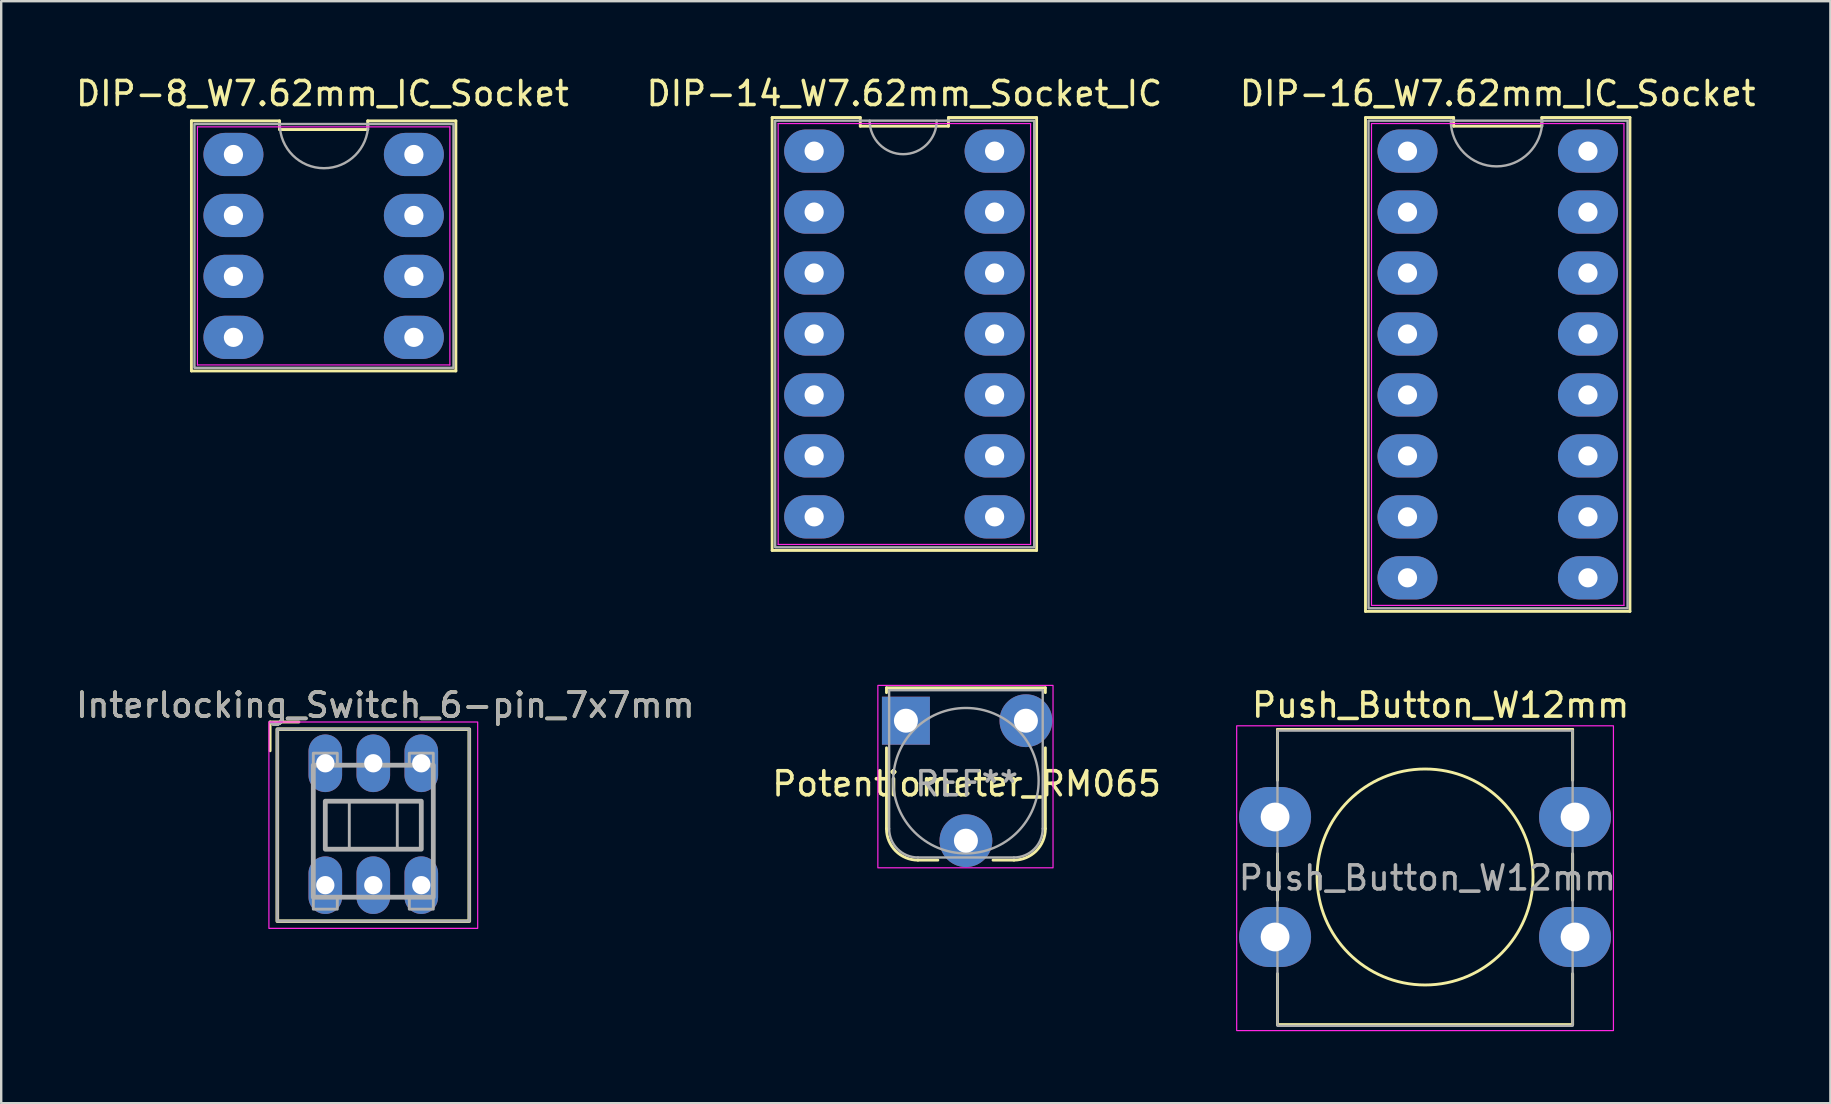
<source format=kicad_pcb>
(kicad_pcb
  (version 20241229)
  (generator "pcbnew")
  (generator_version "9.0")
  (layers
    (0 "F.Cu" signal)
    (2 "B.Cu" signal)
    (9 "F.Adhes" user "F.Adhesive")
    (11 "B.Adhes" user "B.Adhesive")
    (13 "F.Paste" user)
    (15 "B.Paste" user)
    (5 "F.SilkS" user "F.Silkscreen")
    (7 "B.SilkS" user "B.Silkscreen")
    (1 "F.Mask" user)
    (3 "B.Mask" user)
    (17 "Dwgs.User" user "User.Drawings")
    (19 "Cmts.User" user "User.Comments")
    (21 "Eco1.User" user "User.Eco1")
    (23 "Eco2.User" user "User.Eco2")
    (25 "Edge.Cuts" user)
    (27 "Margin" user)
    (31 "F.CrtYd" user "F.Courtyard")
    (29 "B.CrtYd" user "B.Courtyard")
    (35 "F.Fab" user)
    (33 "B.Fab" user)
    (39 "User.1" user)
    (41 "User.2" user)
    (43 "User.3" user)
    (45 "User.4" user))
  (footprint "Potentiometer_RM065"
    (layer "F.Cu")
    (at 37.232 29.013)
    (property "Reference" "Potentiometer_RM065" (at 0 0.6 0) (unlocked yes) (layer "F.SilkS") (effects (font (size 1 1) (thickness 0.15))))
    (attr through_hole)
    (fp_line (start -3.34 -3.4) (end -3.34 -3.2) (stroke (width 0.12) (type solid)) (layer "F.SilkS"))
    (fp_line (start -3.34 -3.4) (end 3.28 -3.4) (stroke (width 0.12) (type solid)) (layer "F.SilkS"))
    (fp_line (start -3.34 2.47) (end -3.34 -0.9) (stroke (width 0.12) (type solid)) (layer "F.SilkS"))
    (fp_line (start -1.2 3.78) (end -2.03 3.78) (stroke (width 0.12) (type solid)) (layer "F.SilkS"))
    (fp_line (start 1.97 3.78) (end 1.1 3.78) (stroke (width 0.12) (type solid)) (layer "F.SilkS"))
    (fp_line (start 3.28 -3.4) (end 3.28 -3.2) (stroke (width 0.12) (type solid)) (layer "F.SilkS"))
    (fp_line (start 3.28 -0.9) (end 3.28 2.47) (stroke (width 0.12) (type solid)) (layer "F.SilkS"))
    (fp_arc (start -2.03 3.78) (mid -2.95631 3.39631) (end -3.34 2.47) (stroke (width 0.12) (type solid)) (layer "F.SilkS"))
    (fp_arc (start 3.28 2.47) (mid 2.89631 3.39631) (end 1.97 3.78) (stroke (width 0.12) (type solid)) (layer "F.SilkS"))
    (fp_rect (start -3.7 -3.5) (end 3.6 4.1) (stroke (width 0.05) (type solid)) (fill no) (layer "F.CrtYd"))
    (fp_line (start -3.23 2.47) (end -3.23 -3.3) (stroke (width 0.1) (type solid)) (layer "F.Fab"))
    (fp_line (start -2.03 3.67) (end 1.97 3.67) (stroke (width 0.1) (type solid)) (layer "F.Fab"))
    (fp_line (start 3.17 -3.3) (end -3.23 -3.3) (stroke (width 0.1) (type solid)) (layer "F.Fab"))
    (fp_line (start 3.17 2.47) (end 3.17 -3.3) (stroke (width 0.1) (type solid)) (layer "F.Fab"))
    (fp_arc (start -2.03 3.67) (mid -2.878528 3.318528) (end -3.23 2.47) (stroke (width 0.1) (type solid)) (layer "F.Fab"))
    (fp_arc (start 3.17 2.47) (mid 2.818528 3.318528) (end 1.97 3.67) (stroke (width 0.1) (type solid)) (layer "F.Fab"))
    (fp_circle (center -0.03 0.47) (end 3 0.5) (stroke (width 0.1) (type solid)) (fill no) (layer "F.Fab"))
    (fp_text user "REF**" (at 0 0.6 0) (unlocked yes) (layer "F.Fab") (effects (font (size 1 1) (thickness 0.15))))
    (pad "1" thru_hole rect (at -2.53 -2.03) (size 2 2) (drill 1) (layers "*.Cu" "*.Mask"))
    (pad "2" thru_hole circle (at -0.03 2.97) (size 2.2 2.2) (drill 1) (layers "*.Cu" "*.Mask"))
    (pad "3" thru_hole circle (at 2.47 -2.03) (size 2.2 2.2) (drill 1) (layers "*.Cu" "*.Mask")))
  (footprint "DIP-16_W7.62mm_IC_Socket"
    (layer "F.Cu")
    (at 59.313 3.248)
    (property "Reference" "DIP-16_W7.62mm_IC_Socket" (at 0.05 -2.4 0) (layer "F.SilkS") (effects (font (size 1 1) (thickness 0.15))))
    (fp_line (start -5.46 19.18) (end 5.56 19.18) (stroke (width 0.12) (type solid)) (layer "F.SilkS"))
    (fp_line (start -5.46 -1.4) (end -5.46 19.18) (stroke (width 0.12) (type solid)) (layer "F.SilkS"))
    (fp_line (start -1.787 -1.4) (end -5.46 -1.4) (stroke (width 0.12) (type solid)) (layer "F.SilkS"))
    (fp_line (start -1.787 -1.04) (end -1.787 -1.4) (stroke (width 0.12) (type solid)) (layer "F.SilkS"))
    (fp_line (start 1.887 -1.4) (end 1.887 -1.04) (stroke (width 0.12) (type solid)) (layer "F.SilkS"))
    (fp_line (start 1.887 -1.04) (end -1.787 -1.04) (stroke (width 0.12) (type solid)) (layer "F.SilkS"))
    (fp_line (start 5.56 19.18) (end 5.56 -1.4) (stroke (width 0.12) (type solid)) (layer "F.SilkS"))
    (fp_line (start 5.56 -1.4) (end 1.887 -1.4) (stroke (width 0.12) (type solid)) (layer "F.SilkS"))
    (fp_line (start -5.21 -1.15) (end 5.31 -1.15) (stroke (width 0.05) (type solid)) (layer "F.CrtYd"))
    (fp_line (start -5.21 18.93) (end -5.21 -1.15) (stroke (width 0.05) (type solid)) (layer "F.CrtYd"))
    (fp_line (start 5.31 -1.15) (end 5.31 18.93) (stroke (width 0.05) (type solid)) (layer "F.CrtYd"))
    (fp_line (start 5.31 18.93) (end -5.21 18.93) (stroke (width 0.05) (type solid)) (layer "F.CrtYd"))
    (fp_rect (start -5.334 -1.27) (end 5.461 19.05) (stroke (width 0.1) (type solid)) (fill no) (layer "F.Fab"))
    (fp_arc (start 1.905 -1.27) (mid 0 0.635) (end -1.905 -1.27) (stroke (width 0.1) (type solid)) (layer "F.Fab"))
    (pad "1" thru_hole oval (at -3.71 0 270) (size 1.8 2.5) (drill 0.8) (layers "*.Cu" "*.Mask"))
    (pad "2" thru_hole oval (at -3.71 2.54 270) (size 1.8 2.5) (drill 0.8) (layers "*.Cu" "*.Mask"))
    (pad "3" thru_hole oval (at -3.71 5.08 270) (size 1.8 2.5) (drill 0.8) (layers "*.Cu" "*.Mask"))
    (pad "4" thru_hole oval (at -3.71 7.62 270) (size 1.8 2.5) (drill 0.8) (layers "*.Cu" "*.Mask"))
    (pad "5" thru_hole oval (at -3.71 10.16 270) (size 1.8 2.5) (drill 0.8) (layers "*.Cu" "*.Mask"))
    (pad "6" thru_hole oval (at -3.71 12.7 270) (size 1.8 2.5) (drill 0.8) (layers "*.Cu" "*.Mask"))
    (pad "7" thru_hole oval (at -3.71 15.24 270) (size 1.8 2.5) (drill 0.8) (layers "*.Cu" "*.Mask"))
    (pad "8" thru_hole oval (at -3.71 17.78 270) (size 1.8 2.5) (drill 0.8) (layers "*.Cu" "*.Mask"))
    (pad "9" thru_hole oval (at 3.81 17.78 270) (size 1.8 2.5) (drill 0.8) (layers "*.Cu" "*.Mask"))
    (pad "10" thru_hole oval (at 3.81 15.24 270) (size 1.8 2.5) (drill 0.8) (layers "*.Cu" "*.Mask"))
    (pad "11" thru_hole oval (at 3.81 12.7 270) (size 1.8 2.5) (drill 0.8) (layers "*.Cu" "*.Mask"))
    (pad "12" thru_hole oval (at 3.81 10.16 270) (size 1.8 2.5) (drill 0.8) (layers "*.Cu" "*.Mask"))
    (pad "13" thru_hole oval (at 3.81 7.62 270) (size 1.8 2.5) (drill 0.8) (layers "*.Cu" "*.Mask"))
    (pad "14" thru_hole oval (at 3.81 5.08 270) (size 1.8 2.5) (drill 0.8) (layers "*.Cu" "*.Mask"))
    (pad "15" thru_hole oval (at 3.81 2.54 270) (size 1.8 2.5) (drill 0.8) (layers "*.Cu" "*.Mask"))
    (pad "16" thru_hole oval (at 3.81 0 270) (size 1.8 2.5) (drill 0.8) (layers "*.Cu" "*.Mask")))
  (footprint "Push_Button_W12mm"
    (layer "F.Cu")
    (at 56.335 33.496)
    (property "Reference" "Push_Button_W12mm" (at 0.65 -7.16 0) (layer "F.SilkS") (effects (font (size 1 1) (thickness 0.15))))
    (attr through_hole)
    (fp_line (start -6.15 -6.15) (end 6.15 -6.15) (stroke (width 0.12) (type solid)) (layer "F.SilkS"))
    (fp_line (start -6.15 -4.03) (end -6.15 -6.15) (stroke (width 0.12) (type solid)) (layer "F.SilkS"))
    (fp_line (start -6.15 0.97) (end -6.15 -0.97) (stroke (width 0.12) (type solid)) (layer "F.SilkS"))
    (fp_line (start -6.15 6.15) (end -6.15 4.03) (stroke (width 0.12) (type solid)) (layer "F.SilkS"))
    (fp_line (start 6.15 -6.15) (end 6.15 -4.03) (stroke (width 0.12) (type solid)) (layer "F.SilkS"))
    (fp_line (start 6.15 -0.97) (end 6.15 0.97) (stroke (width 0.12) (type solid)) (layer "F.SilkS"))
    (fp_line (start 6.15 4.03) (end 6.15 6.15) (stroke (width 0.12) (type solid)) (layer "F.SilkS"))
    (fp_line (start 6.15 6.15) (end -6.15 6.15) (stroke (width 0.12) (type solid)) (layer "F.SilkS"))
    (fp_circle (center 0 0) (end 4.5 0) (stroke (width 0.12) (type solid)) (fill no) (layer "F.SilkS"))
    (fp_rect (start -7.85 -6.3) (end 7.85 6.4) (stroke (width 0.05) (type solid)) (fill no) (layer "F.CrtYd"))
    (fp_rect (start -6.15 -6.1) (end 6.15 6.2) (stroke (width 0.1) (type solid)) (fill no) (layer "F.Fab"))
    (fp_text user "${REFERENCE}" (at 0.1 0.04 0) (layer "F.Fab") (effects (font (size 1 1) (thickness 0.15))))
    (pad "1" thru_hole oval (at -6.25 -2.5) (size 3 2.5) (drill 1.2) (layers "*.Cu" "*.Mask"))
    (pad "1" thru_hole oval (at 6.25 -2.5) (size 3 2.5) (drill 1.2) (layers "*.Cu" "*.Mask"))
    (pad "2" thru_hole oval (at -6.25 2.5) (size 3 2.5) (drill 1.2) (layers "*.Cu" "*.Mask"))
    (pad "2" thru_hole oval (at 6.25 2.5) (size 3 2.5) (drill 1.2) (layers "*.Cu" "*.Mask")))
  (footprint "DIP-14_W7.62mm_Socket_IC"
    (layer "F.Cu")
    (at 34.587 3.248)
    (property "Reference" "DIP-14_W7.62mm_Socket_IC" (at 0.05 -2.4 0) (layer "F.SilkS") (effects (font (size 1 1) (thickness 0.15))))
    (fp_line (start -5.46 16.64) (end 5.56 16.64) (stroke (width 0.12) (type solid)) (layer "F.SilkS"))
    (fp_line (start -5.46 -1.4) (end -5.46 16.64) (stroke (width 0.12) (type solid)) (layer "F.SilkS"))
    (fp_line (start -1.787 -1.4) (end -5.46 -1.4) (stroke (width 0.12) (type solid)) (layer "F.SilkS"))
    (fp_line (start -1.787 -1.04) (end -1.787 -1.4) (stroke (width 0.12) (type solid)) (layer "F.SilkS"))
    (fp_line (start 1.887 -1.4) (end 1.887 -1.04) (stroke (width 0.12) (type solid)) (layer "F.SilkS"))
    (fp_line (start 1.887 -1.04) (end -1.787 -1.04) (stroke (width 0.12) (type solid)) (layer "F.SilkS"))
    (fp_line (start 5.56 16.64) (end 5.56 -1.4) (stroke (width 0.12) (type solid)) (layer "F.SilkS"))
    (fp_line (start 5.56 -1.4) (end 1.887 -1.4) (stroke (width 0.12) (type solid)) (layer "F.SilkS"))
    (fp_line (start -5.21 -1.15) (end 5.31 -1.15) (stroke (width 0.05) (type solid)) (layer "F.CrtYd"))
    (fp_line (start -5.21 16.39) (end -5.21 -1.15) (stroke (width 0.05) (type solid)) (layer "F.CrtYd"))
    (fp_line (start 5.31 -1.15) (end 5.31 16.39) (stroke (width 0.05) (type solid)) (layer "F.CrtYd"))
    (fp_line (start 5.31 16.39) (end -5.21 16.39) (stroke (width 0.05) (type solid)) (layer "F.CrtYd"))
    (fp_rect (start -5.334 -1.27) (end 5.461 16.51) (stroke (width 0.1) (type solid)) (fill no) (layer "F.Fab"))
    (fp_arc (start 1.397 -1.27) (mid 0 0.127) (end -1.397 -1.27) (stroke (width 0.1) (type solid)) (layer "F.Fab"))
    (pad "1" thru_hole oval (at -3.71 0 270) (size 1.8 2.5) (drill 0.8) (layers "*.Cu" "*.Mask"))
    (pad "2" thru_hole oval (at -3.71 2.54 270) (size 1.8 2.5) (drill 0.8) (layers "*.Cu" "*.Mask"))
    (pad "3" thru_hole oval (at -3.71 5.08 270) (size 1.8 2.5) (drill 0.8) (layers "*.Cu" "*.Mask"))
    (pad "4" thru_hole oval (at -3.71 7.62 270) (size 1.8 2.5) (drill 0.8) (layers "*.Cu" "*.Mask"))
    (pad "5" thru_hole oval (at -3.71 10.16 270) (size 1.8 2.5) (drill 0.8) (layers "*.Cu" "*.Mask"))
    (pad "6" thru_hole oval (at -3.71 12.7 270) (size 1.8 2.5) (drill 0.8) (layers "*.Cu" "*.Mask"))
    (pad "7" thru_hole oval (at -3.71 15.24 270) (size 1.8 2.5) (drill 0.8) (layers "*.Cu" "*.Mask"))
    (pad "8" thru_hole oval (at 3.81 15.24 270) (size 1.8 2.5) (drill 0.8) (layers "*.Cu" "*.Mask"))
    (pad "9" thru_hole oval (at 3.81 12.7 270) (size 1.8 2.5) (drill 0.8) (layers "*.Cu" "*.Mask"))
    (pad "10" thru_hole oval (at 3.81 10.16 270) (size 1.8 2.5) (drill 0.8) (layers "*.Cu" "*.Mask"))
    (pad "11" thru_hole oval (at 3.81 7.62 270) (size 1.8 2.5) (drill 0.8) (layers "*.Cu" "*.Mask"))
    (pad "12" thru_hole oval (at 3.81 5.08 270) (size 1.8 2.5) (drill 0.8) (layers "*.Cu" "*.Mask"))
    (pad "13" thru_hole oval (at 3.81 2.54 270) (size 1.8 2.5) (drill 0.8) (layers "*.Cu" "*.Mask"))
    (pad "14" thru_hole oval (at 3.81 0 270) (size 1.8 2.5) (drill 0.8) (layers "*.Cu" "*.Mask")))
  (footprint "DIP-8_W7.62mm_IC_Socket"
    (layer "F.Cu")
    (at 10.387 3.388)
    (property "Reference" "DIP-8_W7.62mm_IC_Socket" (at 0 -2.54 180) (layer "F.SilkS") (effects (font (size 1 1) (thickness 0.15))))
    (fp_line (start -5.46 -1.4) (end -5.46 9.02) (stroke (width 0.12) (type solid)) (layer "F.SilkS"))
    (fp_line (start -5.46 9.02) (end 5.56 9.02) (stroke (width 0.12) (type solid)) (layer "F.SilkS"))
    (fp_line (start -1.787 -1.4) (end -5.46 -1.4) (stroke (width 0.12) (type solid)) (layer "F.SilkS"))
    (fp_line (start -1.787 -1.04) (end -1.787 -1.4) (stroke (width 0.12) (type solid)) (layer "F.SilkS"))
    (fp_line (start 1.887 -1.4) (end 1.887 -1.04) (stroke (width 0.12) (type solid)) (layer "F.SilkS"))
    (fp_line (start 1.887 -1.04) (end -1.787 -1.04) (stroke (width 0.12) (type solid)) (layer "F.SilkS"))
    (fp_line (start 5.56 -1.4) (end 1.887 -1.4) (stroke (width 0.12) (type solid)) (layer "F.SilkS"))
    (fp_line (start 5.56 9.02) (end 5.56 -1.4) (stroke (width 0.12) (type solid)) (layer "F.SilkS"))
    (fp_line (start -5.21 -1.15) (end 5.31 -1.15) (stroke (width 0.05) (type solid)) (layer "F.CrtYd"))
    (fp_line (start -5.21 8.77) (end -5.21 -1.15) (stroke (width 0.05) (type solid)) (layer "F.CrtYd"))
    (fp_line (start 5.31 -1.15) (end 5.31 8.77) (stroke (width 0.05) (type solid)) (layer "F.CrtYd"))
    (fp_line (start 5.31 8.77) (end -5.21 8.77) (stroke (width 0.05) (type solid)) (layer "F.CrtYd"))
    (fp_rect (start -5.334 -1.27) (end 5.461 8.89) (stroke (width 0.1) (type solid)) (fill no) (layer "F.Fab"))
    (fp_arc (start 1.905 -1.27) (mid 0.0635 0.5715) (end -1.778 -1.27) (stroke (width 0.1) (type solid)) (layer "F.Fab"))
    (pad "1" thru_hole oval (at -3.71 0 270) (size 1.8 2.5) (drill 0.8) (layers "*.Cu" "*.Mask"))
    (pad "2" thru_hole oval (at -3.71 2.54 270) (size 1.8 2.5) (drill 0.8) (layers "*.Cu" "*.Mask"))
    (pad "3" thru_hole oval (at -3.71 5.08 270) (size 1.8 2.5) (drill 0.8) (layers "*.Cu" "*.Mask"))
    (pad "4" thru_hole oval (at -3.71 7.62 270) (size 1.8 2.5) (drill 0.8) (layers "*.Cu" "*.Mask"))
    (pad "5" thru_hole oval (at 3.81 7.62 270) (size 1.8 2.5) (drill 0.8) (layers "*.Cu" "*.Mask"))
    (pad "6" thru_hole oval (at 3.81 5.08 270) (size 1.8 2.5) (drill 0.8) (layers "*.Cu" "*.Mask"))
    (pad "7" thru_hole oval (at 3.81 2.54 270) (size 1.8 2.5) (drill 0.8) (layers "*.Cu" "*.Mask"))
    (pad "8" thru_hole oval (at 3.81 0 270) (size 1.8 2.5) (drill 0.8) (layers "*.Cu" "*.Mask")))
  (footprint "Interlocking_Switch_6-pin_7x7mm"
    (layer "F.Cu")
    (at 10.506 33.837)
    (property "Reference" "Interlocking_Switch_6-pin_7x7mm" (at 2.5 -7.5 0) (unlocked yes) (layer "F.SilkS") (effects (font (size 1 1) (thickness 0.15))))
    (attr through_hole)
    (fp_line (start -2.3 -6.8) (end -2.3 -5.6) (stroke (width 0.12) (type solid)) (layer "F.SilkS"))
    (fp_line (start -1.1 -6.8) (end -2.3 -6.8) (stroke (width 0.12) (type solid)) (layer "F.SilkS"))
    (fp_rect (start -2 -6.5) (end 6 1.5) (stroke (width 0.15) (type solid)) (fill no) (layer "F.SilkS"))
    (fp_rect (start -2.35 -6.8) (end 6.35 1.8) (stroke (width 0.05) (type solid)) (fill no) (layer "F.CrtYd"))
    (fp_rect (start -2 -6.5) (end 6 1.5) (stroke (width 0.12) (type solid)) (fill no) (layer "F.Fab"))
    (fp_rect (start -0.5 -5) (end 0.5 -5.5) (stroke (width 0.12) (type solid)) (fill no) (layer "F.Fab"))
    (fp_rect (start -0.5 -5) (end 4.5 0.5) (stroke (width 0.2) (type solid)) (fill no) (layer "F.Fab"))
    (fp_rect (start -0.5 1) (end 0.5 0.5) (stroke (width 0.12) (type solid)) (fill no) (layer "F.Fab"))
    (fp_rect (start 0 -3.5) (end 4 -1.5) (stroke (width 0.2) (type solid)) (fill no) (layer "F.Fab"))
    (fp_rect (start 1 -3.5) (end 3 -1.5) (stroke (width 0.12) (type solid)) (fill no) (layer "F.Fab"))
    (fp_rect (start 3.5 -5) (end 4.5 -5.5) (stroke (width 0.12) (type solid)) (fill no) (layer "F.Fab"))
    (fp_rect (start 3.5 1) (end 4.5 0.5) (stroke (width 0.12) (type solid)) (fill no) (layer "F.Fab"))
    (fp_text user "${REFERENCE}" (at 2.5 -7.5 0) (unlocked yes) (layer "F.Fab") (effects (font (size 1 1) (thickness 0.15))))
    (pad "1" thru_hole oval (at 0 0) (size 1.4 2.4) (drill 0.762) (layers "*.Cu" "*.Mask"))
    (pad "2" thru_hole oval (at 2 0) (size 1.4 2.4) (drill 0.762) (layers "*.Cu" "*.Mask"))
    (pad "3" thru_hole oval (at 4 0) (size 1.4 2.4) (drill 0.762) (layers "*.Cu" "*.Mask"))
    (pad "4" thru_hole oval (at 4 -5.08) (size 1.4 2.4) (drill 0.762) (layers "*.Cu" "*.Mask"))
    (pad "5" thru_hole oval (at 2 -5.08) (size 1.4 2.4) (drill 0.762) (layers "*.Cu" "*.Mask"))
    (pad "6" thru_hole oval (at 0 -5.08) (size 1.4 2.4) (drill 0.762) (layers "*.Cu" "*.Mask")))
  (gr_rect
    (start -3 -3)
    (end 73.226 42.922)
    (stroke (width 0.1) (type default))
    (fill no)
    (layer "Edge.Cuts")))
</source>
